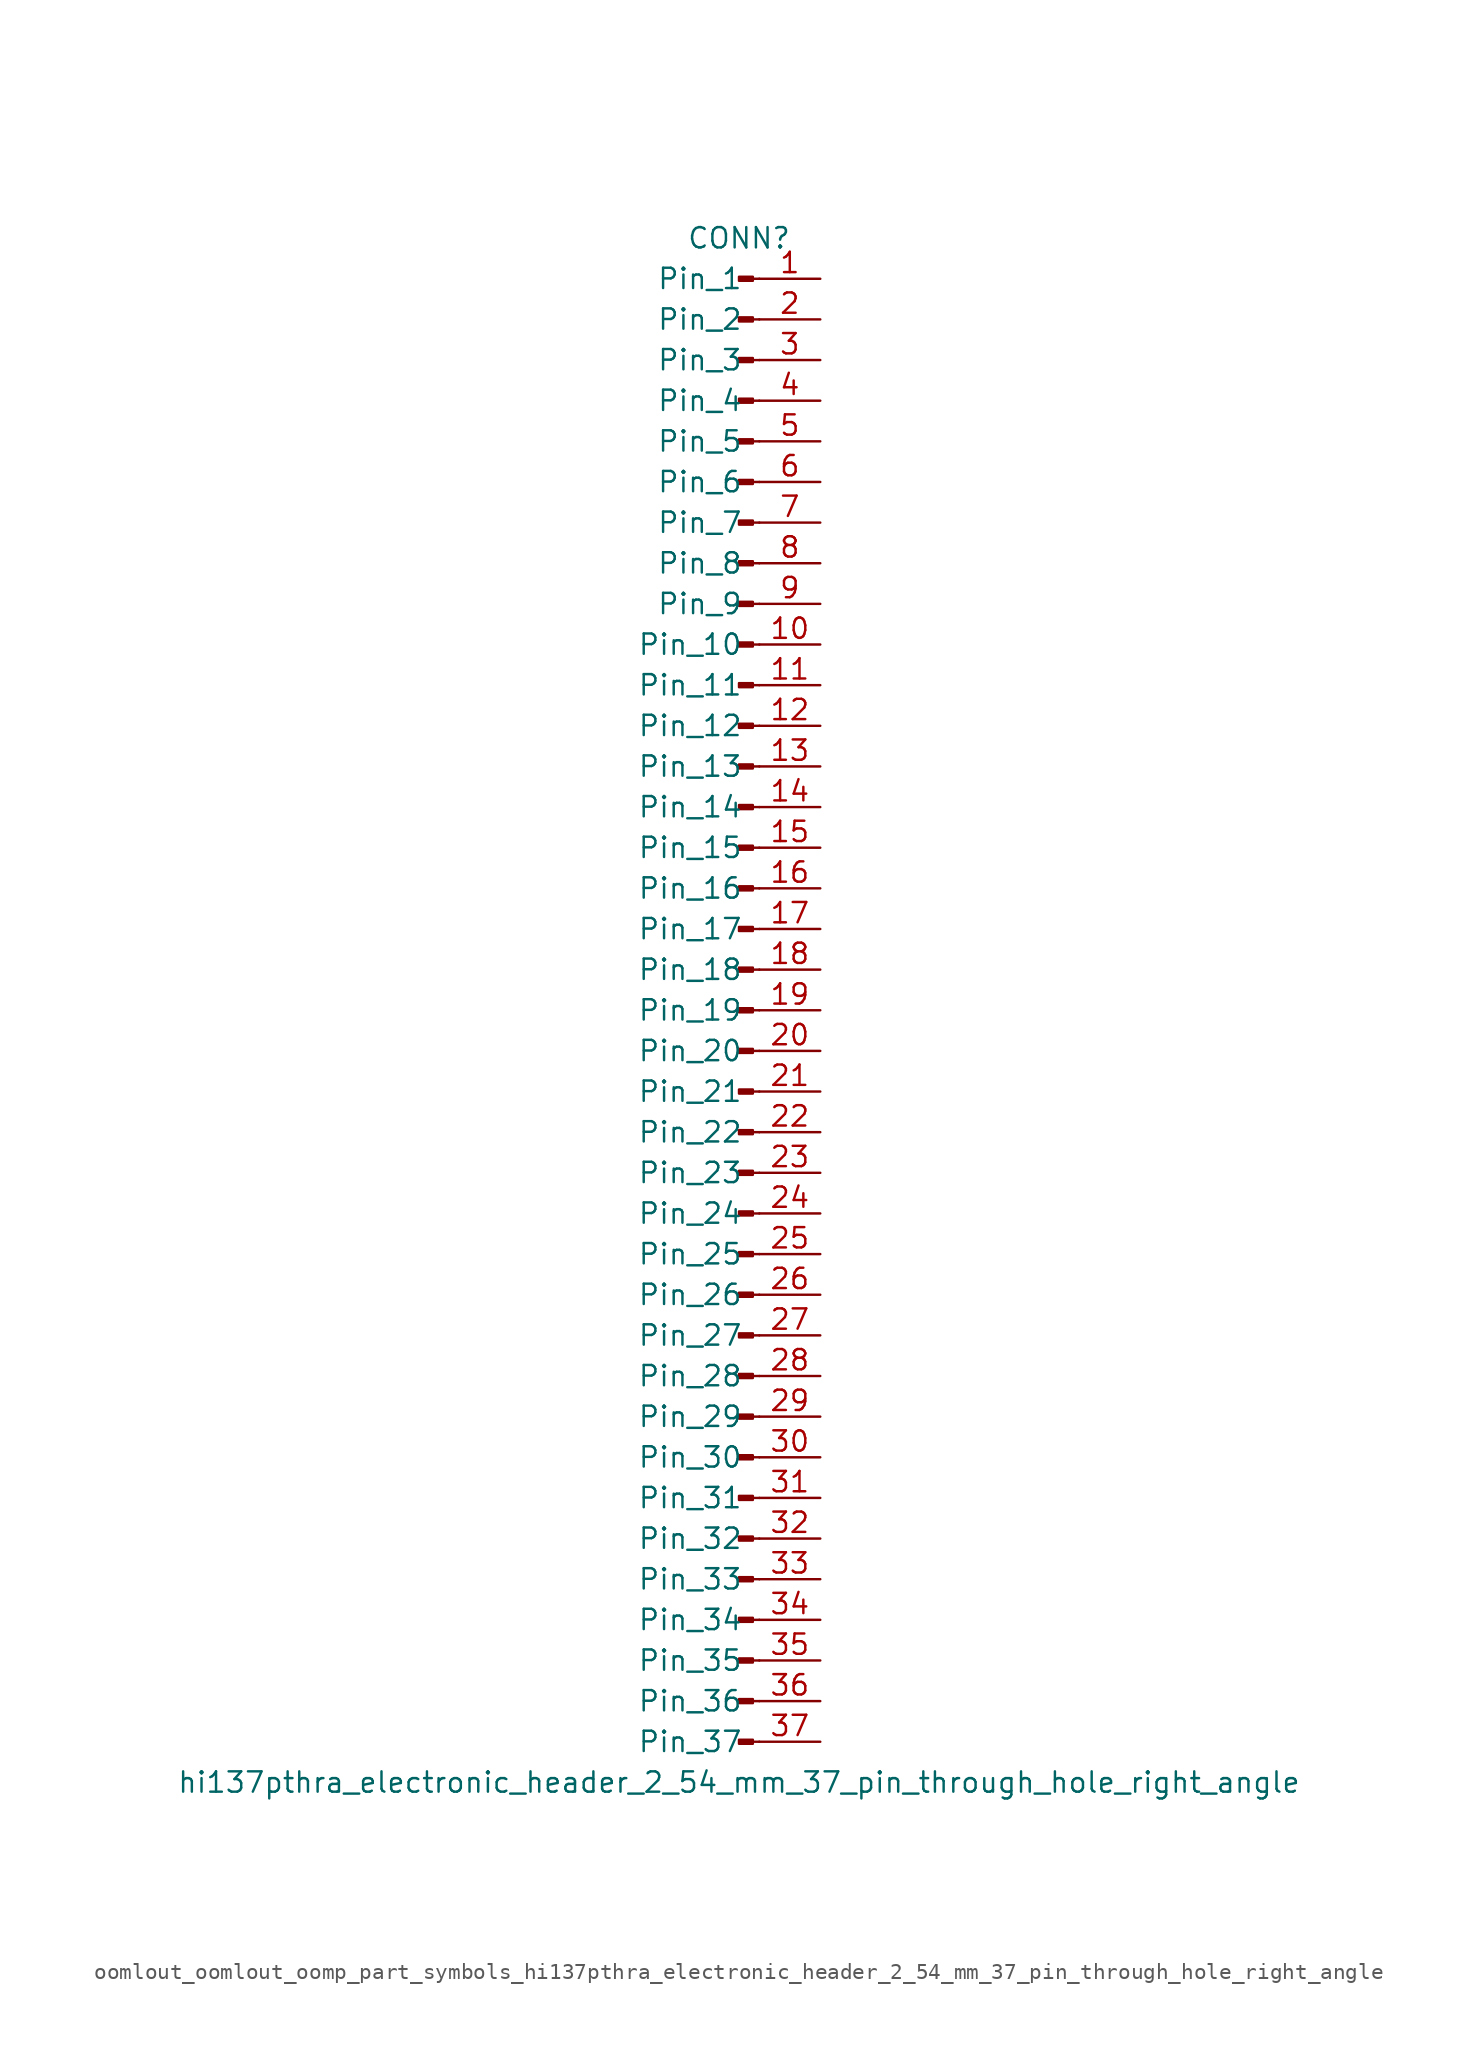
<source format=kicad_sym>
(kicad_symbol_lib
  (version 20220914)
  (generator kicad_symbol_editor)
  (symbol "oomlout_oomlout_oomp_part_symbols_hi137pthra_electronic_header_2_54_mm_37_pin_through_hole_right_angle"
    (pin_names
      (offset 1.016))
    (property "Reference" "CONN"
      (at 0 48.26 0)
      (effects (font (size 1.27 1.27))))
    (property "Value" "hi137pthra_electronic_header_2_54_mm_37_pin_through_hole_right_angle"
      (at 0 -48.26 0)
      (effects (font (size 1.27 1.27))))
    (property "ki_locked" ""
      (at 0 0 0)
      (effects (font (size 1.27 1.27))))
    (symbol "oomlout_oomlout_oomp_part_symbols_hi137pthra_electronic_header_2_54_mm_37_pin_through_hole_right_angle_1_1"
      (polyline (pts (xy 1.27 -45.72) (xy 0.864 -45.72)) (stroke (width 0.152) (type default)) (fill (type none)))
      (polyline (pts (xy 1.27 -43.18) (xy 0.864 -43.18)) (stroke (width 0.152) (type default)) (fill (type none)))
      (polyline (pts (xy 1.27 -40.64) (xy 0.864 -40.64)) (stroke (width 0.152) (type default)) (fill (type none)))
      (polyline (pts (xy 1.27 -38.1) (xy 0.864 -38.1)) (stroke (width 0.152) (type default)) (fill (type none)))
      (polyline (pts (xy 1.27 -35.56) (xy 0.864 -35.56)) (stroke (width 0.152) (type default)) (fill (type none)))
      (polyline (pts (xy 1.27 -33.02) (xy 0.864 -33.02)) (stroke (width 0.152) (type default)) (fill (type none)))
      (polyline (pts (xy 1.27 -30.48) (xy 0.864 -30.48)) (stroke (width 0.152) (type default)) (fill (type none)))
      (polyline (pts (xy 1.27 -27.94) (xy 0.864 -27.94)) (stroke (width 0.152) (type default)) (fill (type none)))
      (polyline (pts (xy 1.27 -25.4) (xy 0.864 -25.4)) (stroke (width 0.152) (type default)) (fill (type none)))
      (polyline (pts (xy 1.27 -22.86) (xy 0.864 -22.86)) (stroke (width 0.152) (type default)) (fill (type none)))
      (polyline (pts (xy 1.27 -20.32) (xy 0.864 -20.32)) (stroke (width 0.152) (type default)) (fill (type none)))
      (polyline (pts (xy 1.27 -17.78) (xy 0.864 -17.78)) (stroke (width 0.152) (type default)) (fill (type none)))
      (polyline (pts (xy 1.27 -15.24) (xy 0.864 -15.24)) (stroke (width 0.152) (type default)) (fill (type none)))
      (polyline (pts (xy 1.27 -12.7) (xy 0.864 -12.7)) (stroke (width 0.152) (type default)) (fill (type none)))
      (polyline (pts (xy 1.27 -10.16) (xy 0.864 -10.16)) (stroke (width 0.152) (type default)) (fill (type none)))
      (polyline (pts (xy 1.27 -7.62) (xy 0.864 -7.62)) (stroke (width 0.152) (type default)) (fill (type none)))
      (polyline (pts (xy 1.27 -5.08) (xy 0.864 -5.08)) (stroke (width 0.152) (type default)) (fill (type none)))
      (polyline (pts (xy 1.27 -2.54) (xy 0.864 -2.54)) (stroke (width 0.152) (type default)) (fill (type none)))
      (polyline (pts (xy 1.27 0) (xy 0.864 0)) (stroke (width 0.152) (type default)) (fill (type none)))
      (polyline (pts (xy 1.27 2.54) (xy 0.864 2.54)) (stroke (width 0.152) (type default)) (fill (type none)))
      (polyline (pts (xy 1.27 5.08) (xy 0.864 5.08)) (stroke (width 0.152) (type default)) (fill (type none)))
      (polyline (pts (xy 1.27 7.62) (xy 0.864 7.62)) (stroke (width 0.152) (type default)) (fill (type none)))
      (polyline (pts (xy 1.27 10.16) (xy 0.864 10.16)) (stroke (width 0.152) (type default)) (fill (type none)))
      (polyline (pts (xy 1.27 12.7) (xy 0.864 12.7)) (stroke (width 0.152) (type default)) (fill (type none)))
      (polyline (pts (xy 1.27 15.24) (xy 0.864 15.24)) (stroke (width 0.152) (type default)) (fill (type none)))
      (polyline (pts (xy 1.27 17.78) (xy 0.864 17.78)) (stroke (width 0.152) (type default)) (fill (type none)))
      (polyline (pts (xy 1.27 20.32) (xy 0.864 20.32)) (stroke (width 0.152) (type default)) (fill (type none)))
      (polyline (pts (xy 1.27 22.86) (xy 0.864 22.86)) (stroke (width 0.152) (type default)) (fill (type none)))
      (polyline (pts (xy 1.27 25.4) (xy 0.864 25.4)) (stroke (width 0.152) (type default)) (fill (type none)))
      (polyline (pts (xy 1.27 27.94) (xy 0.864 27.94)) (stroke (width 0.152) (type default)) (fill (type none)))
      (polyline (pts (xy 1.27 30.48) (xy 0.864 30.48)) (stroke (width 0.152) (type default)) (fill (type none)))
      (polyline (pts (xy 1.27 33.02) (xy 0.864 33.02)) (stroke (width 0.152) (type default)) (fill (type none)))
      (polyline (pts (xy 1.27 35.56) (xy 0.864 35.56)) (stroke (width 0.152) (type default)) (fill (type none)))
      (polyline (pts (xy 1.27 38.1) (xy 0.864 38.1)) (stroke (width 0.152) (type default)) (fill (type none)))
      (polyline (pts (xy 1.27 40.64) (xy 0.864 40.64)) (stroke (width 0.152) (type default)) (fill (type none)))
      (polyline (pts (xy 1.27 43.18) (xy 0.864 43.18)) (stroke (width 0.152) (type default)) (fill (type none)))
      (polyline (pts (xy 1.27 45.72) (xy 0.864 45.72)) (stroke (width 0.152) (type default)) (fill (type none)))
      (rectangle (start 0.864 -45.593) (end 0 -45.847) (stroke (width 0.152) (type default)) (fill (type outline)))
      (rectangle (start 0.864 -43.053) (end 0 -43.307) (stroke (width 0.152) (type default)) (fill (type outline)))
      (rectangle (start 0.864 -40.513) (end 0 -40.767) (stroke (width 0.152) (type default)) (fill (type outline)))
      (rectangle (start 0.864 -37.973) (end 0 -38.227) (stroke (width 0.152) (type default)) (fill (type outline)))
      (rectangle (start 0.864 -35.433) (end 0 -35.687) (stroke (width 0.152) (type default)) (fill (type outline)))
      (rectangle (start 0.864 -32.893) (end 0 -33.147) (stroke (width 0.152) (type default)) (fill (type outline)))
      (rectangle (start 0.864 -30.353) (end 0 -30.607) (stroke (width 0.152) (type default)) (fill (type outline)))
      (rectangle (start 0.864 -27.813) (end 0 -28.067) (stroke (width 0.152) (type default)) (fill (type outline)))
      (rectangle (start 0.864 -25.273) (end 0 -25.527) (stroke (width 0.152) (type default)) (fill (type outline)))
      (rectangle (start 0.864 -22.733) (end 0 -22.987) (stroke (width 0.152) (type default)) (fill (type outline)))
      (rectangle (start 0.864 -20.193) (end 0 -20.447) (stroke (width 0.152) (type default)) (fill (type outline)))
      (rectangle (start 0.864 -17.653) (end 0 -17.907) (stroke (width 0.152) (type default)) (fill (type outline)))
      (rectangle (start 0.864 -15.113) (end 0 -15.367) (stroke (width 0.152) (type default)) (fill (type outline)))
      (rectangle (start 0.864 -12.573) (end 0 -12.827) (stroke (width 0.152) (type default)) (fill (type outline)))
      (rectangle (start 0.864 -10.033) (end 0 -10.287) (stroke (width 0.152) (type default)) (fill (type outline)))
      (rectangle (start 0.864 -7.493) (end 0 -7.747) (stroke (width 0.152) (type default)) (fill (type outline)))
      (rectangle (start 0.864 -4.953) (end 0 -5.207) (stroke (width 0.152) (type default)) (fill (type outline)))
      (rectangle (start 0.864 -2.413) (end 0 -2.667) (stroke (width 0.152) (type default)) (fill (type outline)))
      (rectangle (start 0.864 0.127) (end 0 -0.127) (stroke (width 0.152) (type default)) (fill (type outline)))
      (rectangle (start 0.864 2.667) (end 0 2.413) (stroke (width 0.152) (type default)) (fill (type outline)))
      (rectangle (start 0.864 5.207) (end 0 4.953) (stroke (width 0.152) (type default)) (fill (type outline)))
      (rectangle (start 0.864 7.747) (end 0 7.493) (stroke (width 0.152) (type default)) (fill (type outline)))
      (rectangle (start 0.864 10.287) (end 0 10.033) (stroke (width 0.152) (type default)) (fill (type outline)))
      (rectangle (start 0.864 12.827) (end 0 12.573) (stroke (width 0.152) (type default)) (fill (type outline)))
      (rectangle (start 0.864 15.367) (end 0 15.113) (stroke (width 0.152) (type default)) (fill (type outline)))
      (rectangle (start 0.864 17.907) (end 0 17.653) (stroke (width 0.152) (type default)) (fill (type outline)))
      (rectangle (start 0.864 20.447) (end 0 20.193) (stroke (width 0.152) (type default)) (fill (type outline)))
      (rectangle (start 0.864 22.987) (end 0 22.733) (stroke (width 0.152) (type default)) (fill (type outline)))
      (rectangle (start 0.864 25.527) (end 0 25.273) (stroke (width 0.152) (type default)) (fill (type outline)))
      (rectangle (start 0.864 28.067) (end 0 27.813) (stroke (width 0.152) (type default)) (fill (type outline)))
      (rectangle (start 0.864 30.607) (end 0 30.353) (stroke (width 0.152) (type default)) (fill (type outline)))
      (rectangle (start 0.864 33.147) (end 0 32.893) (stroke (width 0.152) (type default)) (fill (type outline)))
      (rectangle (start 0.864 35.687) (end 0 35.433) (stroke (width 0.152) (type default)) (fill (type outline)))
      (rectangle (start 0.864 38.227) (end 0 37.973) (stroke (width 0.152) (type default)) (fill (type outline)))
      (rectangle (start 0.864 40.767) (end 0 40.513) (stroke (width 0.152) (type default)) (fill (type outline)))
      (rectangle (start 0.864 43.307) (end 0 43.053) (stroke (width 0.152) (type default)) (fill (type outline)))
      (rectangle (start 0.864 45.847) (end 0 45.593) (stroke (width 0.152) (type default)) (fill (type outline)))
      (pin passive line (at 5.08 45.72 180) (length 3.81) (name "Pin_1" (effects (font (size 1.27 1.27)))) (number "1" (effects (font (size 1.27 1.27)))))
      (pin passive line (at 5.08 22.86 180) (length 3.81) (name "Pin_10" (effects (font (size 1.27 1.27)))) (number "10" (effects (font (size 1.27 1.27)))))
      (pin passive line (at 5.08 20.32 180) (length 3.81) (name "Pin_11" (effects (font (size 1.27 1.27)))) (number "11" (effects (font (size 1.27 1.27)))))
      (pin passive line (at 5.08 17.78 180) (length 3.81) (name "Pin_12" (effects (font (size 1.27 1.27)))) (number "12" (effects (font (size 1.27 1.27)))))
      (pin passive line (at 5.08 15.24 180) (length 3.81) (name "Pin_13" (effects (font (size 1.27 1.27)))) (number "13" (effects (font (size 1.27 1.27)))))
      (pin passive line (at 5.08 12.7 180) (length 3.81) (name "Pin_14" (effects (font (size 1.27 1.27)))) (number "14" (effects (font (size 1.27 1.27)))))
      (pin passive line (at 5.08 10.16 180) (length 3.81) (name "Pin_15" (effects (font (size 1.27 1.27)))) (number "15" (effects (font (size 1.27 1.27)))))
      (pin passive line (at 5.08 7.62 180) (length 3.81) (name "Pin_16" (effects (font (size 1.27 1.27)))) (number "16" (effects (font (size 1.27 1.27)))))
      (pin passive line (at 5.08 5.08 180) (length 3.81) (name "Pin_17" (effects (font (size 1.27 1.27)))) (number "17" (effects (font (size 1.27 1.27)))))
      (pin passive line (at 5.08 2.54 180) (length 3.81) (name "Pin_18" (effects (font (size 1.27 1.27)))) (number "18" (effects (font (size 1.27 1.27)))))
      (pin passive line (at 5.08 0 180) (length 3.81) (name "Pin_19" (effects (font (size 1.27 1.27)))) (number "19" (effects (font (size 1.27 1.27)))))
      (pin passive line (at 5.08 43.18 180) (length 3.81) (name "Pin_2" (effects (font (size 1.27 1.27)))) (number "2" (effects (font (size 1.27 1.27)))))
      (pin passive line (at 5.08 -2.54 180) (length 3.81) (name "Pin_20" (effects (font (size 1.27 1.27)))) (number "20" (effects (font (size 1.27 1.27)))))
      (pin passive line (at 5.08 -5.08 180) (length 3.81) (name "Pin_21" (effects (font (size 1.27 1.27)))) (number "21" (effects (font (size 1.27 1.27)))))
      (pin passive line (at 5.08 -7.62 180) (length 3.81) (name "Pin_22" (effects (font (size 1.27 1.27)))) (number "22" (effects (font (size 1.27 1.27)))))
      (pin passive line (at 5.08 -10.16 180) (length 3.81) (name "Pin_23" (effects (font (size 1.27 1.27)))) (number "23" (effects (font (size 1.27 1.27)))))
      (pin passive line (at 5.08 -12.7 180) (length 3.81) (name "Pin_24" (effects (font (size 1.27 1.27)))) (number "24" (effects (font (size 1.27 1.27)))))
      (pin passive line (at 5.08 -15.24 180) (length 3.81) (name "Pin_25" (effects (font (size 1.27 1.27)))) (number "25" (effects (font (size 1.27 1.27)))))
      (pin passive line (at 5.08 -17.78 180) (length 3.81) (name "Pin_26" (effects (font (size 1.27 1.27)))) (number "26" (effects (font (size 1.27 1.27)))))
      (pin passive line (at 5.08 -20.32 180) (length 3.81) (name "Pin_27" (effects (font (size 1.27 1.27)))) (number "27" (effects (font (size 1.27 1.27)))))
      (pin passive line (at 5.08 -22.86 180) (length 3.81) (name "Pin_28" (effects (font (size 1.27 1.27)))) (number "28" (effects (font (size 1.27 1.27)))))
      (pin passive line (at 5.08 -25.4 180) (length 3.81) (name "Pin_29" (effects (font (size 1.27 1.27)))) (number "29" (effects (font (size 1.27 1.27)))))
      (pin passive line (at 5.08 40.64 180) (length 3.81) (name "Pin_3" (effects (font (size 1.27 1.27)))) (number "3" (effects (font (size 1.27 1.27)))))
      (pin passive line (at 5.08 -27.94 180) (length 3.81) (name "Pin_30" (effects (font (size 1.27 1.27)))) (number "30" (effects (font (size 1.27 1.27)))))
      (pin passive line (at 5.08 -30.48 180) (length 3.81) (name "Pin_31" (effects (font (size 1.27 1.27)))) (number "31" (effects (font (size 1.27 1.27)))))
      (pin passive line (at 5.08 -33.02 180) (length 3.81) (name "Pin_32" (effects (font (size 1.27 1.27)))) (number "32" (effects (font (size 1.27 1.27)))))
      (pin passive line (at 5.08 -35.56 180) (length 3.81) (name "Pin_33" (effects (font (size 1.27 1.27)))) (number "33" (effects (font (size 1.27 1.27)))))
      (pin passive line (at 5.08 -38.1 180) (length 3.81) (name "Pin_34" (effects (font (size 1.27 1.27)))) (number "34" (effects (font (size 1.27 1.27)))))
      (pin passive line (at 5.08 -40.64 180) (length 3.81) (name "Pin_35" (effects (font (size 1.27 1.27)))) (number "35" (effects (font (size 1.27 1.27)))))
      (pin passive line (at 5.08 -43.18 180) (length 3.81) (name "Pin_36" (effects (font (size 1.27 1.27)))) (number "36" (effects (font (size 1.27 1.27)))))
      (pin passive line (at 5.08 -45.72 180) (length 3.81) (name "Pin_37" (effects (font (size 1.27 1.27)))) (number "37" (effects (font (size 1.27 1.27)))))
      (pin passive line (at 5.08 38.1 180) (length 3.81) (name "Pin_4" (effects (font (size 1.27 1.27)))) (number "4" (effects (font (size 1.27 1.27)))))
      (pin passive line (at 5.08 35.56 180) (length 3.81) (name "Pin_5" (effects (font (size 1.27 1.27)))) (number "5" (effects (font (size 1.27 1.27)))))
      (pin passive line (at 5.08 33.02 180) (length 3.81) (name "Pin_6" (effects (font (size 1.27 1.27)))) (number "6" (effects (font (size 1.27 1.27)))))
      (pin passive line (at 5.08 30.48 180) (length 3.81) (name "Pin_7" (effects (font (size 1.27 1.27)))) (number "7" (effects (font (size 1.27 1.27)))))
      (pin passive line (at 5.08 27.94 180) (length 3.81) (name "Pin_8" (effects (font (size 1.27 1.27)))) (number "8" (effects (font (size 1.27 1.27)))))
      (pin passive line (at 5.08 25.4 180) (length 3.81) (name "Pin_9" (effects (font (size 1.27 1.27)))) (number "9" (effects (font (size 1.27 1.27))))))))
</source>
